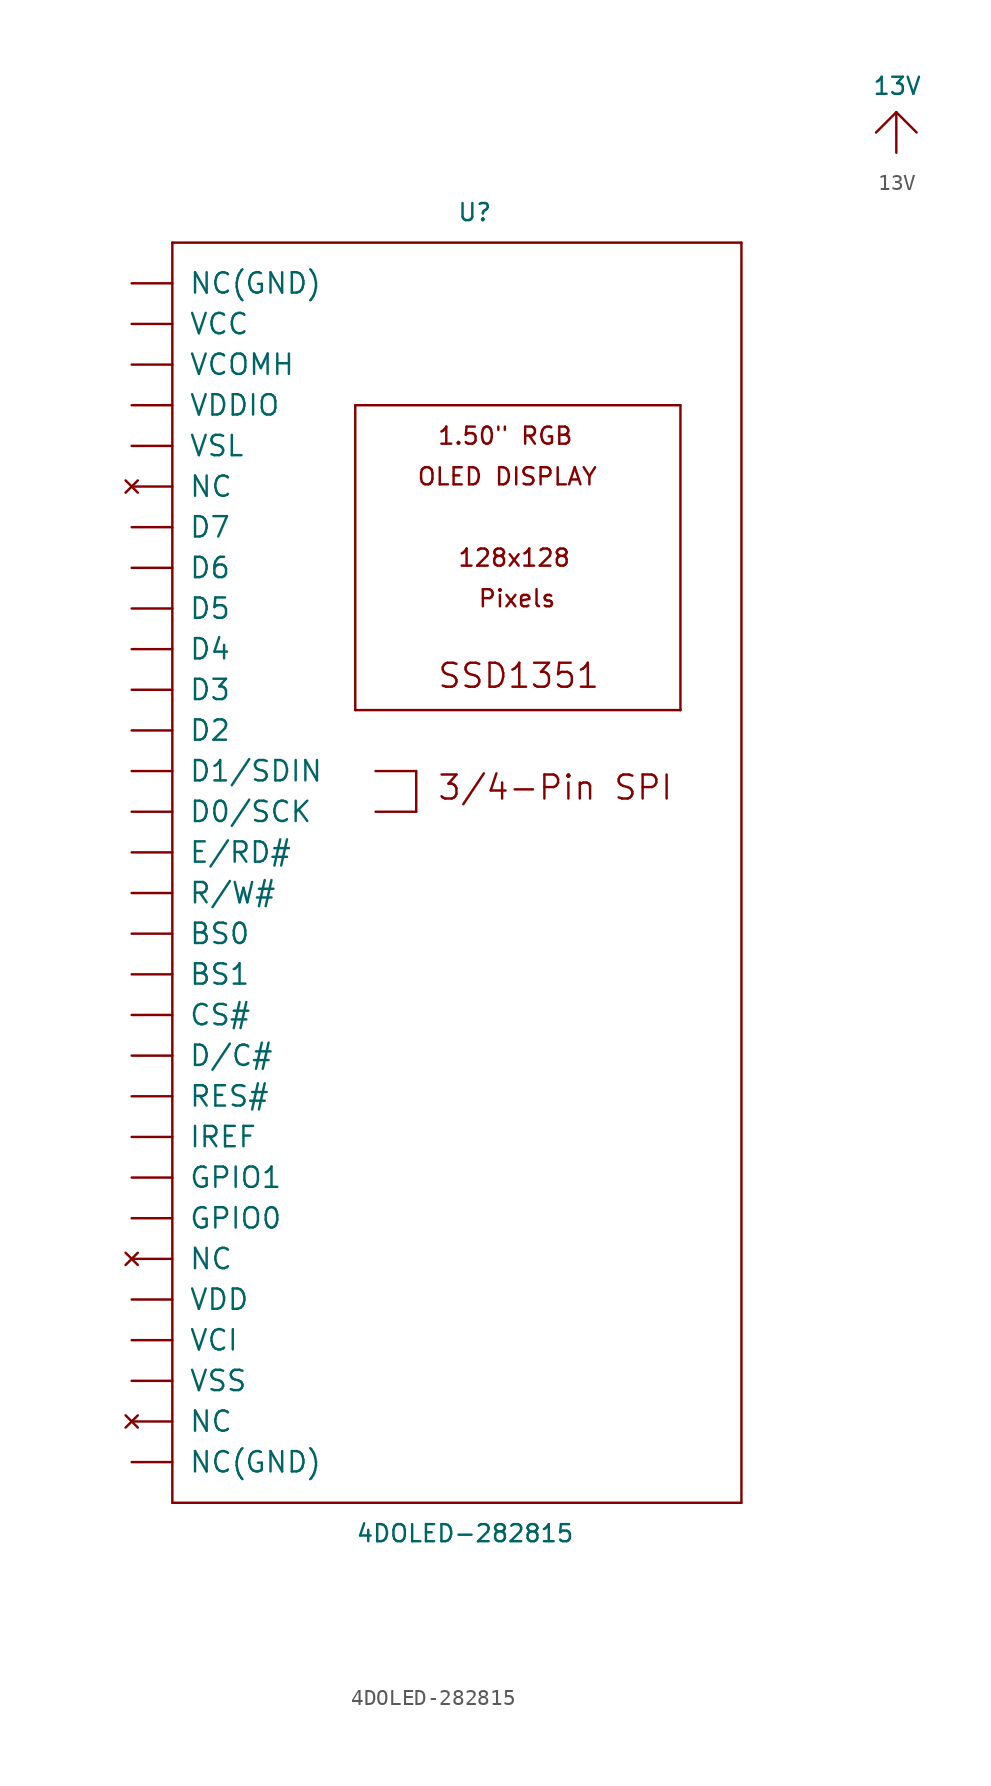
<source format=kicad_sym>
(kicad_symbol_lib
  (version 20211014)
  (generator kicad_symbol_editor)
  (symbol "4DOLED-282815"
    (pin_names
      (offset 1.016))
    (property "Reference" "U"
      (at 0 39.37 0)
      (effects (font (size 1.067 1.067)) (justify left bottom)))
    (property "Value" "4DOLED-282815"
      (at -6.35 -43.18 0)
      (effects (font (size 1.067 1.067)) (justify left bottom)))
    (property "ki_locked" ""
      (at 0 0 0)
      (effects (font (size 1.27 1.27))))
    (symbol "4DOLED-282815_1_0"
      (polyline (pts (xy -17.78 -40.64) (xy -17.78 38.1)) (stroke (width 0) (type default) (color 0 0 0 0)) (fill (type none)))
      (polyline (pts (xy -17.78 38.1) (xy 17.78 38.1)) (stroke (width 0) (type default) (color 0 0 0 0)) (fill (type none)))
      (polyline (pts (xy -6.35 8.89) (xy -6.35 27.94)) (stroke (width 0) (type default) (color 0 0 0 0)) (fill (type none)))
      (polyline (pts (xy -6.35 27.94) (xy 13.97 27.94)) (stroke (width 0) (type default) (color 0 0 0 0)) (fill (type none)))
      (polyline (pts (xy -5.08 5.08) (xy -2.54 5.08)) (stroke (width 0) (type default) (color 0 0 0 0)) (fill (type none)))
      (polyline (pts (xy -2.54 2.54) (xy -5.08 2.54)) (stroke (width 0) (type default) (color 0 0 0 0)) (fill (type none)))
      (polyline (pts (xy -2.54 5.08) (xy -2.54 2.54)) (stroke (width 0) (type default) (color 0 0 0 0)) (fill (type none)))
      (polyline (pts (xy 13.97 8.89) (xy -6.35 8.89)) (stroke (width 0) (type default) (color 0 0 0 0)) (fill (type none)))
      (polyline (pts (xy 13.97 27.94) (xy 13.97 8.89)) (stroke (width 0) (type default) (color 0 0 0 0)) (fill (type none)))
      (polyline (pts (xy 17.78 -40.64) (xy -17.78 -40.64)) (stroke (width 0) (type default) (color 0 0 0 0)) (fill (type none)))
      (polyline (pts (xy 17.78 38.1) (xy 17.78 -40.64)) (stroke (width 0) (type default) (color 0 0 0 0)) (fill (type none)))
      (text "1.50\" RGB" (at -1.27 25.4 0) (effects (font (size 1.067 1.067)) (justify left bottom)))
      (text "128x128" (at 0 17.78 0) (effects (font (size 1.067 1.067)) (justify left bottom)))
      (text "3/4-Pin SPI" (at -1.27 3.175 0) (effects (font (size 1.499 1.499)) (justify left bottom)))
      (text "OLED DISPLAY" (at -2.54 22.86 0) (effects (font (size 1.067 1.067)) (justify left bottom)))
      (text "Pixels" (at 1.27 15.24 0) (effects (font (size 1.067 1.067)) (justify left bottom)))
      (text "SSD1351" (at -1.27 10.16 0) (effects (font (size 1.499 1.499)) (justify left bottom)))
      (pin output line (at -20.32 35.56 0) (length 2.54) (name "NC(GND)" (effects (font (size 1.27 1.27)))) (number "1" (effects (font (size 0 0)))))
      (pin bidirectional line (at -20.32 12.7 0) (length 2.54) (name "D4" (effects (font (size 1.27 1.27)))) (number "10" (effects (font (size 0 0)))))
      (pin bidirectional line (at -20.32 10.16 0) (length 2.54) (name "D3" (effects (font (size 1.27 1.27)))) (number "11" (effects (font (size 0 0)))))
      (pin bidirectional line (at -20.32 7.62 0) (length 2.54) (name "D2" (effects (font (size 1.27 1.27)))) (number "12" (effects (font (size 0 0)))))
      (pin bidirectional line (at -20.32 5.08 0) (length 2.54) (name "D1/SDIN" (effects (font (size 1.27 1.27)))) (number "13" (effects (font (size 0 0)))))
      (pin bidirectional line (at -20.32 2.54 0) (length 2.54) (name "D0/SCK" (effects (font (size 1.27 1.27)))) (number "14" (effects (font (size 0 0)))))
      (pin bidirectional line (at -20.32 0 0) (length 2.54) (name "E/RD#" (effects (font (size 1.27 1.27)))) (number "15" (effects (font (size 0 0)))))
      (pin bidirectional line (at -20.32 -2.54 0) (length 2.54) (name "R/W#" (effects (font (size 1.27 1.27)))) (number "16" (effects (font (size 0 0)))))
      (pin bidirectional line (at -20.32 -5.08 0) (length 2.54) (name "BS0" (effects (font (size 1.27 1.27)))) (number "17" (effects (font (size 0 0)))))
      (pin bidirectional line (at -20.32 -7.62 0) (length 2.54) (name "BS1" (effects (font (size 1.27 1.27)))) (number "18" (effects (font (size 0 0)))))
      (pin bidirectional line (at -20.32 -10.16 0) (length 2.54) (name "CS#" (effects (font (size 1.27 1.27)))) (number "19" (effects (font (size 0 0)))))
      (pin power_in line (at -20.32 33.02 0) (length 2.54) (name "VCC" (effects (font (size 1.27 1.27)))) (number "2" (effects (font (size 0 0)))))
      (pin bidirectional line (at -20.32 -12.7 0) (length 2.54) (name "D/C#" (effects (font (size 1.27 1.27)))) (number "20" (effects (font (size 0 0)))))
      (pin bidirectional line (at -20.32 -15.24 0) (length 2.54) (name "RES#" (effects (font (size 1.27 1.27)))) (number "21" (effects (font (size 0 0)))))
      (pin bidirectional line (at -20.32 -17.78 0) (length 2.54) (name "IREF" (effects (font (size 1.27 1.27)))) (number "22" (effects (font (size 0 0)))))
      (pin bidirectional line (at -20.32 -20.32 0) (length 2.54) (name "GPIO1" (effects (font (size 1.27 1.27)))) (number "23" (effects (font (size 0 0)))))
      (pin bidirectional line (at -20.32 -22.86 0) (length 2.54) (name "GPIO0" (effects (font (size 1.27 1.27)))) (number "24" (effects (font (size 0 0)))))
      (pin no_connect line (at -20.32 -25.4 0) (length 2.54) (name "NC" (effects (font (size 1.27 1.27)))) (number "24" (effects (font (size 0 0)))))
      (pin power_in line (at -20.32 -27.94 0) (length 2.54) (name "VDD" (effects (font (size 1.27 1.27)))) (number "26" (effects (font (size 0 0)))))
      (pin power_in line (at -20.32 -30.48 0) (length 2.54) (name "VCI" (effects (font (size 1.27 1.27)))) (number "27" (effects (font (size 0 0)))))
      (pin power_in line (at -20.32 -33.02 0) (length 2.54) (name "VSS" (effects (font (size 1.27 1.27)))) (number "28" (effects (font (size 0 0)))))
      (pin no_connect line (at -20.32 -35.56 0) (length 2.54) (name "NC" (effects (font (size 1.27 1.27)))) (number "29" (effects (font (size 0 0)))))
      (pin power_in line (at -20.32 30.48 0) (length 2.54) (name "VCOMH" (effects (font (size 1.27 1.27)))) (number "3" (effects (font (size 0 0)))))
      (pin output line (at -20.32 -38.1 0) (length 2.54) (name "NC(GND)" (effects (font (size 1.27 1.27)))) (number "30" (effects (font (size 0 0)))))
      (pin power_in line (at -20.32 27.94 0) (length 2.54) (name "VDDIO" (effects (font (size 1.27 1.27)))) (number "4" (effects (font (size 0 0)))))
      (pin bidirectional line (at -20.32 25.4 0) (length 2.54) (name "VSL" (effects (font (size 1.27 1.27)))) (number "5" (effects (font (size 0 0)))))
      (pin no_connect line (at -20.32 22.86 0) (length 2.54) (name "NC" (effects (font (size 1.27 1.27)))) (number "6" (effects (font (size 0 0)))))
      (pin bidirectional line (at -20.32 20.32 0) (length 2.54) (name "D7" (effects (font (size 1.27 1.27)))) (number "7" (effects (font (size 0 0)))))
      (pin bidirectional line (at -20.32 17.78 0) (length 2.54) (name "D6" (effects (font (size 1.27 1.27)))) (number "8" (effects (font (size 0 0)))))
      (pin bidirectional line (at -20.32 15.24 0) (length 2.54) (name "D5" (effects (font (size 1.27 1.27)))) (number "9" (effects (font (size 0 0)))))))
  (symbol "13V"
    (power)
    (pin_names
      (offset 1.016))
    (property "Reference" ""
      (at 0 0 0)
      (effects (font (size 1.27 1.27)) hide))
    (property "Value" "13V"
      (at -1.524 1.016 0)
      (effects (font (size 1.067 1.067)) (justify left bottom)))
    (property "ki_locked" ""
      (at 0 0 0)
      (effects (font (size 1.27 1.27))))
    (symbol "13V_1_0"
      (polyline (pts (xy -1.27 -1.27) (xy 0 0)) (stroke (width 0) (type default) (color 0 0 0 0)) (fill (type none)))
      (polyline (pts (xy 0 0) (xy 1.27 -1.27)) (stroke (width 0) (type default) (color 0 0 0 0)) (fill (type none)))
      (pin power_in line (at 0 -2.54 90) (length 2.54) (name "13V" (effects (font (size 0 0)))) (number "1" (effects (font (size 0 0))))))))
</source>
